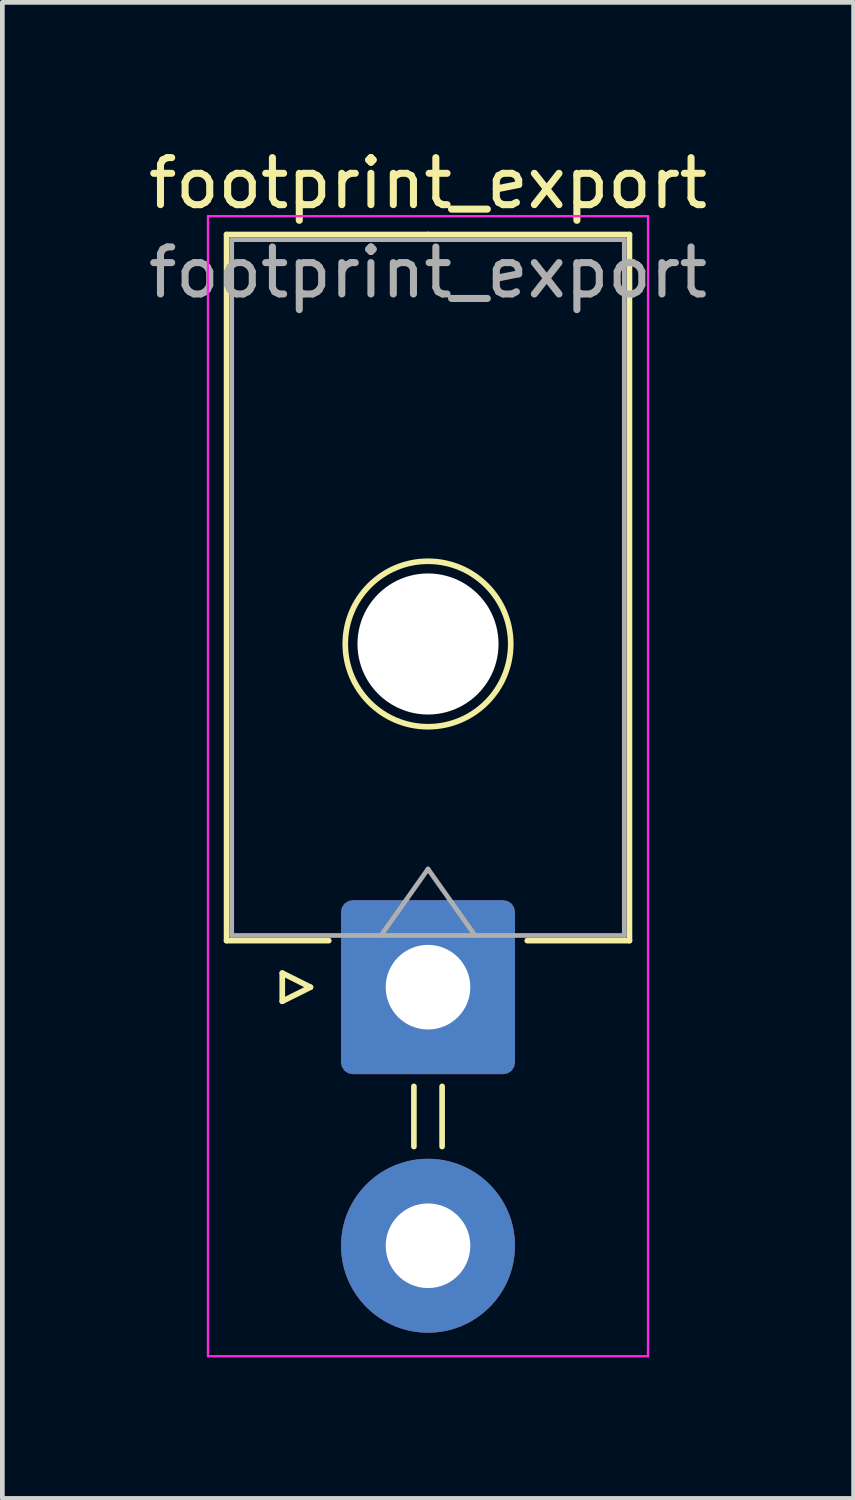
<source format=kicad_pcb>
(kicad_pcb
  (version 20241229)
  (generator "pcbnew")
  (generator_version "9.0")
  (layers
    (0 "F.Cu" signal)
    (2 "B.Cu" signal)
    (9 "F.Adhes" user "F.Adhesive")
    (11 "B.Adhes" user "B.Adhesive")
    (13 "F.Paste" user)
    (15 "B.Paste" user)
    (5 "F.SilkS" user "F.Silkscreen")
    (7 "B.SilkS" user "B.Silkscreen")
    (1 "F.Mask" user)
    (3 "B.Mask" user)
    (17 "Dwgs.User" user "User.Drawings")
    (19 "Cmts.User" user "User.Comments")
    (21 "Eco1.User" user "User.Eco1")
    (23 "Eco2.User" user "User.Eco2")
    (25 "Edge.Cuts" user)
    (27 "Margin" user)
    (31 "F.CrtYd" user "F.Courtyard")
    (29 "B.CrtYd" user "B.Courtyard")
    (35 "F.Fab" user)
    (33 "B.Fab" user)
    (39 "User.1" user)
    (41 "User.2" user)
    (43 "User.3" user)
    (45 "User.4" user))
  (footprint "footprint_export"
    (layer "F.Cu")
    (at 6.054 17.948)
    (property "Reference" "footprint_export" (at 0 -17.1 0) (layer "F.SilkS") (effects (font (size 1 1) (thickness 0.15))))
    (attr through_hole)
    (fp_line (start -4.285 -16.01) (end -4.285 -0.99) (stroke (width 0.12) (type solid)) (layer "F.SilkS"))
    (fp_line (start -4.285 -0.99) (end -2.11 -0.99) (stroke (width 0.12) (type solid)) (layer "F.SilkS"))
    (fp_line (start -3.1 -0.3) (end -2.5 0) (stroke (width 0.12) (type solid)) (layer "F.SilkS"))
    (fp_line (start -3.1 0.3) (end -3.1 -0.3) (stroke (width 0.12) (type solid)) (layer "F.SilkS"))
    (fp_line (start -2.5 0) (end -3.1 0.3) (stroke (width 0.12) (type solid)) (layer "F.SilkS"))
    (fp_line (start -0.3 2.11) (end -0.3 3.39) (stroke (width 0.12) (type solid)) (layer "F.SilkS"))
    (fp_line (start 0 -16.01) (end -4.285 -16.01) (stroke (width 0.12) (type solid)) (layer "F.SilkS"))
    (fp_line (start 0 -16.01) (end 4.285 -16.01) (stroke (width 0.12) (type solid)) (layer "F.SilkS"))
    (fp_line (start 0.3 2.11) (end 0.3 3.39) (stroke (width 0.12) (type solid)) (layer "F.SilkS"))
    (fp_line (start 4.285 -16.01) (end 4.285 -0.99) (stroke (width 0.12) (type solid)) (layer "F.SilkS"))
    (fp_line (start 4.285 -0.99) (end 2.11 -0.99) (stroke (width 0.12) (type solid)) (layer "F.SilkS"))
    (fp_circle (center 0 -7.3) (end 1.76 -7.3) (stroke (width 0.12) (type solid)) (fill no) (layer "F.SilkS"))
    (fp_line (start -4.68 -16.4) (end -4.68 7.85) (stroke (width 0.05) (type solid)) (layer "F.CrtYd"))
    (fp_line (start -4.68 7.85) (end 4.68 7.85) (stroke (width 0.05) (type solid)) (layer "F.CrtYd"))
    (fp_line (start 4.68 -16.4) (end -4.68 -16.4) (stroke (width 0.05) (type solid)) (layer "F.CrtYd"))
    (fp_line (start 4.68 7.85) (end 4.68 -16.4) (stroke (width 0.05) (type solid)) (layer "F.CrtYd"))
    (fp_line (start -4.175 -15.9) (end -4.175 -1.1) (stroke (width 0.1) (type solid)) (layer "F.Fab"))
    (fp_line (start -4.175 -1.1) (end 4.175 -1.1) (stroke (width 0.1) (type solid)) (layer "F.Fab"))
    (fp_line (start -1 -1.1) (end 0 -2.514) (stroke (width 0.1) (type solid)) (layer "F.Fab"))
    (fp_line (start 0 -2.514) (end 1 -1.1) (stroke (width 0.1) (type solid)) (layer "F.Fab"))
    (fp_line (start 4.175 -15.9) (end -4.175 -15.9) (stroke (width 0.1) (type solid)) (layer "F.Fab"))
    (fp_line (start 4.175 -1.1) (end 4.175 -15.9) (stroke (width 0.1) (type solid)) (layer "F.Fab"))
    (fp_text user "${REFERENCE}" (at 0 -15.2 0) (layer "F.Fab") (effects (font (size 1 1) (thickness 0.15))))
    (pad "" np_thru_hole circle (at 0 -7.3) (size 3 3) (drill 3) (layers "*.Cu" "*.Mask"))
    (pad "1" thru_hole roundrect (at 0 0) (size 3.7 3.7) (drill 1.8) (layers "*.Cu" "*.Mask") (roundrect_rratio 0.068))
    (pad "2" thru_hole circle (at 0 5.5) (size 3.7 3.7) (drill 1.8) (layers "*.Cu" "*.Mask")))
  (gr_rect
    (start -3 -3)
    (end 15.107 28.823)
    (stroke (width 0.1) (type default))
    (fill no)
    (layer "Edge.Cuts")))
</source>
